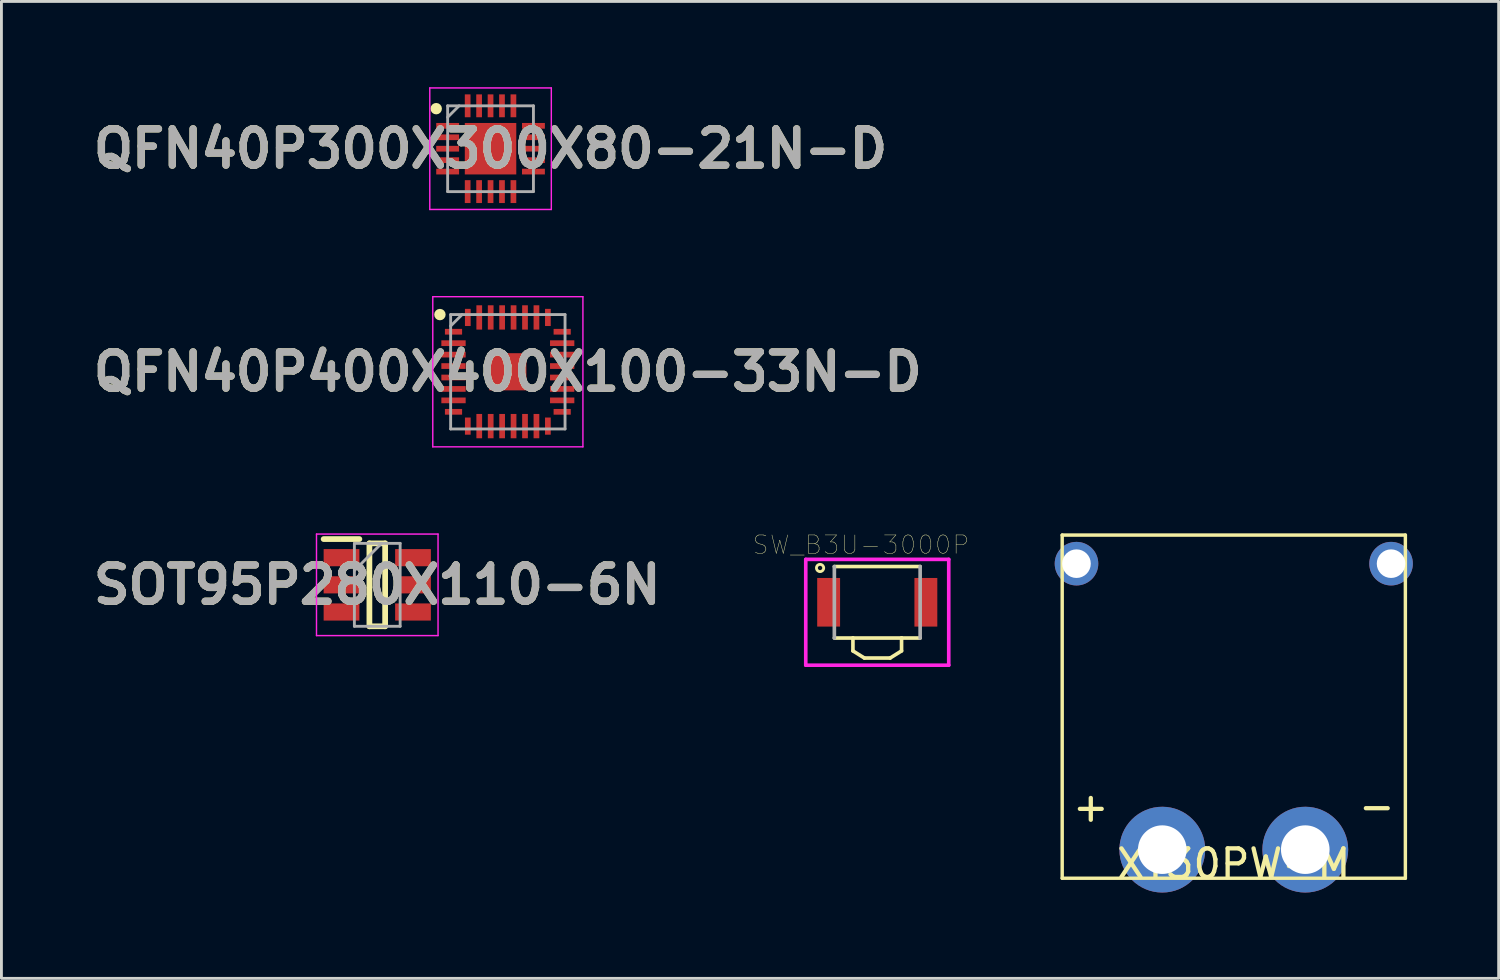
<source format=kicad_pcb>
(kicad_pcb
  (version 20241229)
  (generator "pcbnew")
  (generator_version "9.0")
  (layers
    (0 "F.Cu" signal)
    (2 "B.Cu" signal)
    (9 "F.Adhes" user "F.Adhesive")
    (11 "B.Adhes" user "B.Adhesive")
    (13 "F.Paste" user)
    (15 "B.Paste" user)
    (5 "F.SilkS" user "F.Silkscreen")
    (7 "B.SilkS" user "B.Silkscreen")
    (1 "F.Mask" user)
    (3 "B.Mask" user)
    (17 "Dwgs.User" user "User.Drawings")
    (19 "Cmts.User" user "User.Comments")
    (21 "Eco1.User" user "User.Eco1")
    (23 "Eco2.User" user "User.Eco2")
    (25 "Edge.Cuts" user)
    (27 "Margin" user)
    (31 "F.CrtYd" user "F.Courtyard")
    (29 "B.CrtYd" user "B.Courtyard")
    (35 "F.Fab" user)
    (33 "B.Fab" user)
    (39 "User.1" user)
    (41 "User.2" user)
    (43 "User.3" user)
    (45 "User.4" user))
  (footprint "SW_B3U-3000P"
    (layer "F.Cu")
    (at 27.625 18.01)
    (property "Reference" "SW_B3U-3000P" (at -0.569 -2.009 0) (layer "F.SilkS") (effects (font (size 0.641 0.641) (thickness 0.015))))
    (attr through_hole)
    (fp_line (start -1.5 1.25) (end -0.85 1.25) (stroke (width 0.127) (type solid)) (layer "F.SilkS"))
    (fp_line (start -0.85 1.25) (end -0.85 1.7) (stroke (width 0.127) (type solid)) (layer "F.SilkS"))
    (fp_line (start -0.85 1.25) (end 0.85 1.25) (stroke (width 0.127) (type solid)) (layer "F.SilkS"))
    (fp_line (start -0.45 1.95) (end -0.85 1.7) (stroke (width 0.127) (type solid)) (layer "F.SilkS"))
    (fp_line (start 0.45 1.95) (end -0.45 1.95) (stroke (width 0.127) (type solid)) (layer "F.SilkS"))
    (fp_line (start 0.45 1.95) (end 0.85 1.7) (stroke (width 0.127) (type solid)) (layer "F.SilkS"))
    (fp_line (start 0.85 1.25) (end 0.85 1.7) (stroke (width 0.127) (type solid)) (layer "F.SilkS"))
    (fp_line (start 0.85 1.25) (end 1.5 1.25) (stroke (width 0.127) (type solid)) (layer "F.SilkS"))
    (fp_line (start 1.5 -1.25) (end -1.5 -1.25) (stroke (width 0.127) (type solid)) (layer "F.SilkS"))
    (fp_circle (center -2 -1.2) (end -1.873 -1.2) (stroke (width 0.1) (type solid)) (fill no) (layer "F.SilkS"))
    (fp_line (start -2.5 -1.5) (end 2.5 -1.5) (stroke (width 0.127) (type solid)) (layer "F.CrtYd"))
    (fp_line (start -2.5 2.2) (end -2.5 -1.5) (stroke (width 0.127) (type solid)) (layer "F.CrtYd"))
    (fp_line (start 2.5 -1.5) (end 2.5 2.2) (stroke (width 0.127) (type solid)) (layer "F.CrtYd"))
    (fp_line (start 2.5 2.2) (end -2.5 2.2) (stroke (width 0.127) (type solid)) (layer "F.CrtYd"))
    (fp_line (start -1.5 -1.25) (end -1.5 1.25) (stroke (width 0.127) (type solid)) (layer "F.Fab"))
    (fp_line (start 1.5 1.25) (end 1.5 -1.25) (stroke (width 0.127) (type solid)) (layer "F.Fab"))
    (pad "1" smd rect (at -1.7 0) (size 0.8 1.7) (layers "F.Cu" "F.Mask" "F.Paste"))
    (pad "2" smd rect (at 1.7 0) (size 0.8 1.7) (layers "F.Cu" "F.Mask" "F.Paste")))
  (footprint "QFN40P400X400X100-33N-D"
    (layer "F.Cu")
    (at 14.708 9.95)
    (property "Reference" "QFN40P400X400X100-33N-D" (at 0 0 0) (layer "F.SilkS") (effects (font (size 1.27 1.27) (thickness 0.254))))
    (attr smd)
    (fp_circle (center -2.375 -2) (end -2.375 -1.9) (stroke (width 0.2) (type solid)) (fill no) (layer "F.SilkS"))
    (fp_line (start -2.625 -2.625) (end 2.625 -2.625) (stroke (width 0.05) (type solid)) (layer "F.CrtYd"))
    (fp_line (start -2.625 2.625) (end -2.625 -2.625) (stroke (width 0.05) (type solid)) (layer "F.CrtYd"))
    (fp_line (start 2.625 -2.625) (end 2.625 2.625) (stroke (width 0.05) (type solid)) (layer "F.CrtYd"))
    (fp_line (start 2.625 2.625) (end -2.625 2.625) (stroke (width 0.05) (type solid)) (layer "F.CrtYd"))
    (fp_line (start -2 -2) (end 2 -2) (stroke (width 0.1) (type solid)) (layer "F.Fab"))
    (fp_line (start -2 -1.6) (end -1.6 -2) (stroke (width 0.1) (type solid)) (layer "F.Fab"))
    (fp_line (start -2 2) (end -2 -2) (stroke (width 0.1) (type solid)) (layer "F.Fab"))
    (fp_line (start 2 -2) (end 2 2) (stroke (width 0.1) (type solid)) (layer "F.Fab"))
    (fp_line (start 2 2) (end -2 2) (stroke (width 0.1) (type solid)) (layer "F.Fab"))
    (fp_text user "${REFERENCE}" (at 0 0 0) (layer "F.Fab") (effects (font (size 1.27 1.27) (thickness 0.254))))
    (pad "1" smd rect (at -1.9 -1.4 90) (size 0.2 0.6) (layers "F.Cu" "F.Mask" "F.Paste"))
    (pad "2" smd rect (at -1.9 -1 90) (size 0.2 0.85) (layers "F.Cu" "F.Mask" "F.Paste"))
    (pad "3" smd rect (at -1.9 -0.6 90) (size 0.2 0.85) (layers "F.Cu" "F.Mask" "F.Paste"))
    (pad "4" smd rect (at -1.9 -0.2 90) (size 0.2 0.85) (layers "F.Cu" "F.Mask" "F.Paste"))
    (pad "5" smd rect (at -1.9 0.2 90) (size 0.2 0.85) (layers "F.Cu" "F.Mask" "F.Paste"))
    (pad "6" smd rect (at -1.9 0.6 90) (size 0.2 0.85) (layers "F.Cu" "F.Mask" "F.Paste"))
    (pad "7" smd rect (at -1.9 1 90) (size 0.2 0.85) (layers "F.Cu" "F.Mask" "F.Paste"))
    (pad "8" smd rect (at -1.9 1.4 90) (size 0.2 0.6) (layers "F.Cu" "F.Mask" "F.Paste"))
    (pad "9" smd rect (at -1.4 1.9) (size 0.2 0.6) (layers "F.Cu" "F.Mask" "F.Paste"))
    (pad "10" smd rect (at -1 1.9) (size 0.2 0.85) (layers "F.Cu" "F.Mask" "F.Paste"))
    (pad "11" smd rect (at -0.6 1.9) (size 0.2 0.85) (layers "F.Cu" "F.Mask" "F.Paste"))
    (pad "12" smd rect (at -0.2 1.9) (size 0.2 0.85) (layers "F.Cu" "F.Mask" "F.Paste"))
    (pad "13" smd rect (at 0.2 1.9) (size 0.2 0.85) (layers "F.Cu" "F.Mask" "F.Paste"))
    (pad "14" smd rect (at 0.6 1.9) (size 0.2 0.85) (layers "F.Cu" "F.Mask" "F.Paste"))
    (pad "15" smd rect (at 1 1.9) (size 0.2 0.85) (layers "F.Cu" "F.Mask" "F.Paste"))
    (pad "16" smd rect (at 1.4 1.9) (size 0.2 0.6) (layers "F.Cu" "F.Mask" "F.Paste"))
    (pad "17" smd rect (at 1.9 1.4 90) (size 0.2 0.6) (layers "F.Cu" "F.Mask" "F.Paste"))
    (pad "18" smd rect (at 1.9 1 90) (size 0.2 0.85) (layers "F.Cu" "F.Mask" "F.Paste"))
    (pad "19" smd rect (at 1.9 0.6 90) (size 0.2 0.85) (layers "F.Cu" "F.Mask" "F.Paste"))
    (pad "20" smd rect (at 1.9 0.2 90) (size 0.2 0.85) (layers "F.Cu" "F.Mask" "F.Paste"))
    (pad "21" smd rect (at 1.9 -0.2 90) (size 0.2 0.85) (layers "F.Cu" "F.Mask" "F.Paste"))
    (pad "22" smd rect (at 1.9 -0.6 90) (size 0.2 0.85) (layers "F.Cu" "F.Mask" "F.Paste"))
    (pad "23" smd rect (at 1.9 -1 90) (size 0.2 0.85) (layers "F.Cu" "F.Mask" "F.Paste"))
    (pad "24" smd rect (at 1.9 -1.4 90) (size 0.2 0.6) (layers "F.Cu" "F.Mask" "F.Paste"))
    (pad "25" smd rect (at 1.4 -1.9) (size 0.2 0.6) (layers "F.Cu" "F.Mask" "F.Paste"))
    (pad "26" smd rect (at 1 -1.9) (size 0.2 0.85) (layers "F.Cu" "F.Mask" "F.Paste"))
    (pad "27" smd rect (at 0.6 -1.9) (size 0.2 0.85) (layers "F.Cu" "F.Mask" "F.Paste"))
    (pad "28" smd rect (at 0.2 -1.9) (size 0.2 0.85) (layers "F.Cu" "F.Mask" "F.Paste"))
    (pad "29" smd rect (at -0.2 -1.9) (size 0.2 0.85) (layers "F.Cu" "F.Mask" "F.Paste"))
    (pad "30" smd rect (at -0.6 -1.9) (size 0.2 0.85) (layers "F.Cu" "F.Mask" "F.Paste"))
    (pad "31" smd rect (at -1 -1.9) (size 0.2 0.85) (layers "F.Cu" "F.Mask" "F.Paste"))
    (pad "32" smd rect (at -1.4 -1.9) (size 0.2 0.6) (layers "F.Cu" "F.Mask" "F.Paste"))
    (pad "33" smd rect (at 0 0) (size 1.3 1.3) (layers "F.Cu" "F.Mask" "F.Paste")))
  (footprint "QFN40P300X300X80-21N-D"
    (layer "F.Cu")
    (at 14.103 2.15)
    (property "Reference" "QFN40P300X300X80-21N-D" (at 0 0 0) (layer "F.SilkS") (effects (font (size 1.27 1.27) (thickness 0.254))))
    (attr smd)
    (fp_circle (center -1.9 -1.4) (end -1.9 -1.3) (stroke (width 0.2) (type solid)) (fill no) (layer "F.SilkS"))
    (fp_line (start -2.125 -2.125) (end 2.125 -2.125) (stroke (width 0.05) (type solid)) (layer "F.CrtYd"))
    (fp_line (start -2.125 2.125) (end -2.125 -2.125) (stroke (width 0.05) (type solid)) (layer "F.CrtYd"))
    (fp_line (start 2.125 -2.125) (end 2.125 2.125) (stroke (width 0.05) (type solid)) (layer "F.CrtYd"))
    (fp_line (start 2.125 2.125) (end -2.125 2.125) (stroke (width 0.05) (type solid)) (layer "F.CrtYd"))
    (fp_line (start -1.5 -1.5) (end 1.5 -1.5) (stroke (width 0.1) (type solid)) (layer "F.Fab"))
    (fp_line (start -1.5 -1.1) (end -1.1 -1.5) (stroke (width 0.1) (type solid)) (layer "F.Fab"))
    (fp_line (start -1.5 1.5) (end -1.5 -1.5) (stroke (width 0.1) (type solid)) (layer "F.Fab"))
    (fp_line (start 1.5 -1.5) (end 1.5 1.5) (stroke (width 0.1) (type solid)) (layer "F.Fab"))
    (fp_line (start 1.5 1.5) (end -1.5 1.5) (stroke (width 0.1) (type solid)) (layer "F.Fab"))
    (fp_text user "${REFERENCE}" (at 0 0 0) (layer "F.Fab") (effects (font (size 1.27 1.27) (thickness 0.254))))
    (pad "1" smd rect (at -1.5 -0.8 90) (size 0.2 0.8) (layers "F.Cu" "F.Mask" "F.Paste"))
    (pad "2" smd rect (at -1.5 -0.4 90) (size 0.2 0.8) (layers "F.Cu" "F.Mask" "F.Paste"))
    (pad "3" smd rect (at -1.5 0 90) (size 0.2 0.8) (layers "F.Cu" "F.Mask" "F.Paste"))
    (pad "4" smd rect (at -1.5 0.4 90) (size 0.2 0.8) (layers "F.Cu" "F.Mask" "F.Paste"))
    (pad "5" smd rect (at -1.5 0.8 90) (size 0.2 0.8) (layers "F.Cu" "F.Mask" "F.Paste"))
    (pad "6" smd rect (at -0.8 1.5) (size 0.2 0.8) (layers "F.Cu" "F.Mask" "F.Paste"))
    (pad "7" smd rect (at -0.4 1.5) (size 0.2 0.8) (layers "F.Cu" "F.Mask" "F.Paste"))
    (pad "8" smd rect (at 0 1.5) (size 0.2 0.8) (layers "F.Cu" "F.Mask" "F.Paste"))
    (pad "9" smd rect (at 0.4 1.5) (size 0.2 0.8) (layers "F.Cu" "F.Mask" "F.Paste"))
    (pad "10" smd rect (at 0.8 1.5) (size 0.2 0.8) (layers "F.Cu" "F.Mask" "F.Paste"))
    (pad "11" smd rect (at 1.5 0.8 90) (size 0.2 0.8) (layers "F.Cu" "F.Mask" "F.Paste"))
    (pad "12" smd rect (at 1.5 0.4 90) (size 0.2 0.8) (layers "F.Cu" "F.Mask" "F.Paste"))
    (pad "13" smd rect (at 1.5 0 90) (size 0.2 0.8) (layers "F.Cu" "F.Mask" "F.Paste"))
    (pad "14" smd rect (at 1.5 -0.4 90) (size 0.2 0.8) (layers "F.Cu" "F.Mask" "F.Paste"))
    (pad "15" smd rect (at 1.5 -0.8 90) (size 0.2 0.8) (layers "F.Cu" "F.Mask" "F.Paste"))
    (pad "16" smd rect (at 0.8 -1.5) (size 0.2 0.8) (layers "F.Cu" "F.Mask" "F.Paste"))
    (pad "17" smd rect (at 0.4 -1.5) (size 0.2 0.8) (layers "F.Cu" "F.Mask" "F.Paste"))
    (pad "18" smd rect (at 0 -1.5) (size 0.2 0.8) (layers "F.Cu" "F.Mask" "F.Paste"))
    (pad "19" smd rect (at -0.4 -1.5) (size 0.2 0.8) (layers "F.Cu" "F.Mask" "F.Paste"))
    (pad "20" smd rect (at -0.8 -1.5) (size 0.2 0.8) (layers "F.Cu" "F.Mask" "F.Paste"))
    (pad "21" smd rect (at 0 0) (size 1.8 1.8) (layers "F.Cu" "F.Mask" "F.Paste")))
  (footprint "SOT95P280X110-6N"
    (layer "F.Cu")
    (at 10.142 17.4)
    (property "Reference" "SOT95P280X110-6N" (at 0 0 0) (layer "F.SilkS") (effects (font (size 1.27 1.27) (thickness 0.254))))
    (attr smd)
    (fp_line (start -1.875 -1.6) (end -0.625 -1.6) (stroke (width 0.2) (type solid)) (layer "F.SilkS"))
    (fp_line (start -0.275 -1.45) (end 0.275 -1.45) (stroke (width 0.2) (type solid)) (layer "F.SilkS"))
    (fp_line (start -0.275 1.45) (end -0.275 -1.45) (stroke (width 0.2) (type solid)) (layer "F.SilkS"))
    (fp_line (start 0.275 -1.45) (end 0.275 1.45) (stroke (width 0.2) (type solid)) (layer "F.SilkS"))
    (fp_line (start 0.275 1.45) (end -0.275 1.45) (stroke (width 0.2) (type solid)) (layer "F.SilkS"))
    (fp_line (start -2.125 -1.775) (end 2.125 -1.775) (stroke (width 0.05) (type solid)) (layer "F.CrtYd"))
    (fp_line (start -2.125 1.775) (end -2.125 -1.775) (stroke (width 0.05) (type solid)) (layer "F.CrtYd"))
    (fp_line (start 2.125 -1.775) (end 2.125 1.775) (stroke (width 0.05) (type solid)) (layer "F.CrtYd"))
    (fp_line (start 2.125 1.775) (end -2.125 1.775) (stroke (width 0.05) (type solid)) (layer "F.CrtYd"))
    (fp_line (start -0.8 -1.45) (end 0.8 -1.45) (stroke (width 0.1) (type solid)) (layer "F.Fab"))
    (fp_line (start -0.8 -0.5) (end 0.15 -1.45) (stroke (width 0.1) (type solid)) (layer "F.Fab"))
    (fp_line (start -0.8 1.45) (end -0.8 -1.45) (stroke (width 0.1) (type solid)) (layer "F.Fab"))
    (fp_line (start 0.8 -1.45) (end 0.8 1.45) (stroke (width 0.1) (type solid)) (layer "F.Fab"))
    (fp_line (start 0.8 1.45) (end -0.8 1.45) (stroke (width 0.1) (type solid)) (layer "F.Fab"))
    (fp_text user "${REFERENCE}" (at 0 0 0) (layer "F.Fab") (effects (font (size 1.27 1.27) (thickness 0.254))))
    (pad "1" smd rect (at -1.25 -0.95 90) (size 0.6 1.25) (layers "F.Cu" "F.Mask" "F.Paste"))
    (pad "2" smd rect (at -1.25 0 90) (size 0.6 1.25) (layers "F.Cu" "F.Mask" "F.Paste"))
    (pad "3" smd rect (at -1.25 0.95 90) (size 0.6 1.25) (layers "F.Cu" "F.Mask" "F.Paste"))
    (pad "4" smd rect (at 1.25 0.95 90) (size 0.6 1.25) (layers "F.Cu" "F.Mask" "F.Paste"))
    (pad "5" smd rect (at 1.25 0 90) (size 0.6 1.25) (layers "F.Cu" "F.Mask" "F.Paste"))
    (pad "6" smd rect (at 1.25 -0.95 90) (size 0.6 1.25) (layers "F.Cu" "F.Mask" "F.Paste")))
  (footprint "XT30PW-M"
    (layer "F.Cu")
    (at 40.092 26.66)
    (property "Reference" "XT30PW-M" (at 0 0.5 0) (layer "F.SilkS") (effects (font (size 1 1) (thickness 0.15))))
    (attr through_hole)
    (fp_line (start -6 -11) (end -6 1) (stroke (width 0.12) (type solid)) (layer "F.SilkS"))
    (fp_line (start -6 1) (end 6 1) (stroke (width 0.12) (type solid)) (layer "F.SilkS"))
    (fp_line (start 6 -11) (end -6 -11) (stroke (width 0.12) (type solid)) (layer "F.SilkS"))
    (fp_line (start 6 1) (end 6 -11) (stroke (width 0.12) (type solid)) (layer "F.SilkS"))
    (fp_text user "+" (at -5 -1.5 0) (layer "F.SilkS") (effects (font (size 1 1) (thickness 0.15))))
    (fp_text user "_" (at 5 -2 0) (layer "F.SilkS") (effects (font (size 1 1) (thickness 0.15))))
    (pad "" thru_hole circle (at -5.5 -10) (size 1.524 1.524) (drill 1) (layers "*.Cu" "*.Mask"))
    (pad "" thru_hole circle (at 5.5 -10) (size 1.524 1.524) (drill 1) (layers "*.Cu" "*.Mask"))
    (pad "1" thru_hole circle (at -2.5 0) (size 3 3) (drill 1.7) (layers "*.Cu" "*.Mask"))
    (pad "2" thru_hole circle (at 2.5 0 90) (size 3 3) (drill 1.7) (layers "*.Cu" "*.Mask")))
  (gr_rect
    (start -3 -3)
    (end 49.354 31.16)
    (stroke (width 0.1) (type default))
    (fill no)
    (layer "Edge.Cuts")))
</source>
